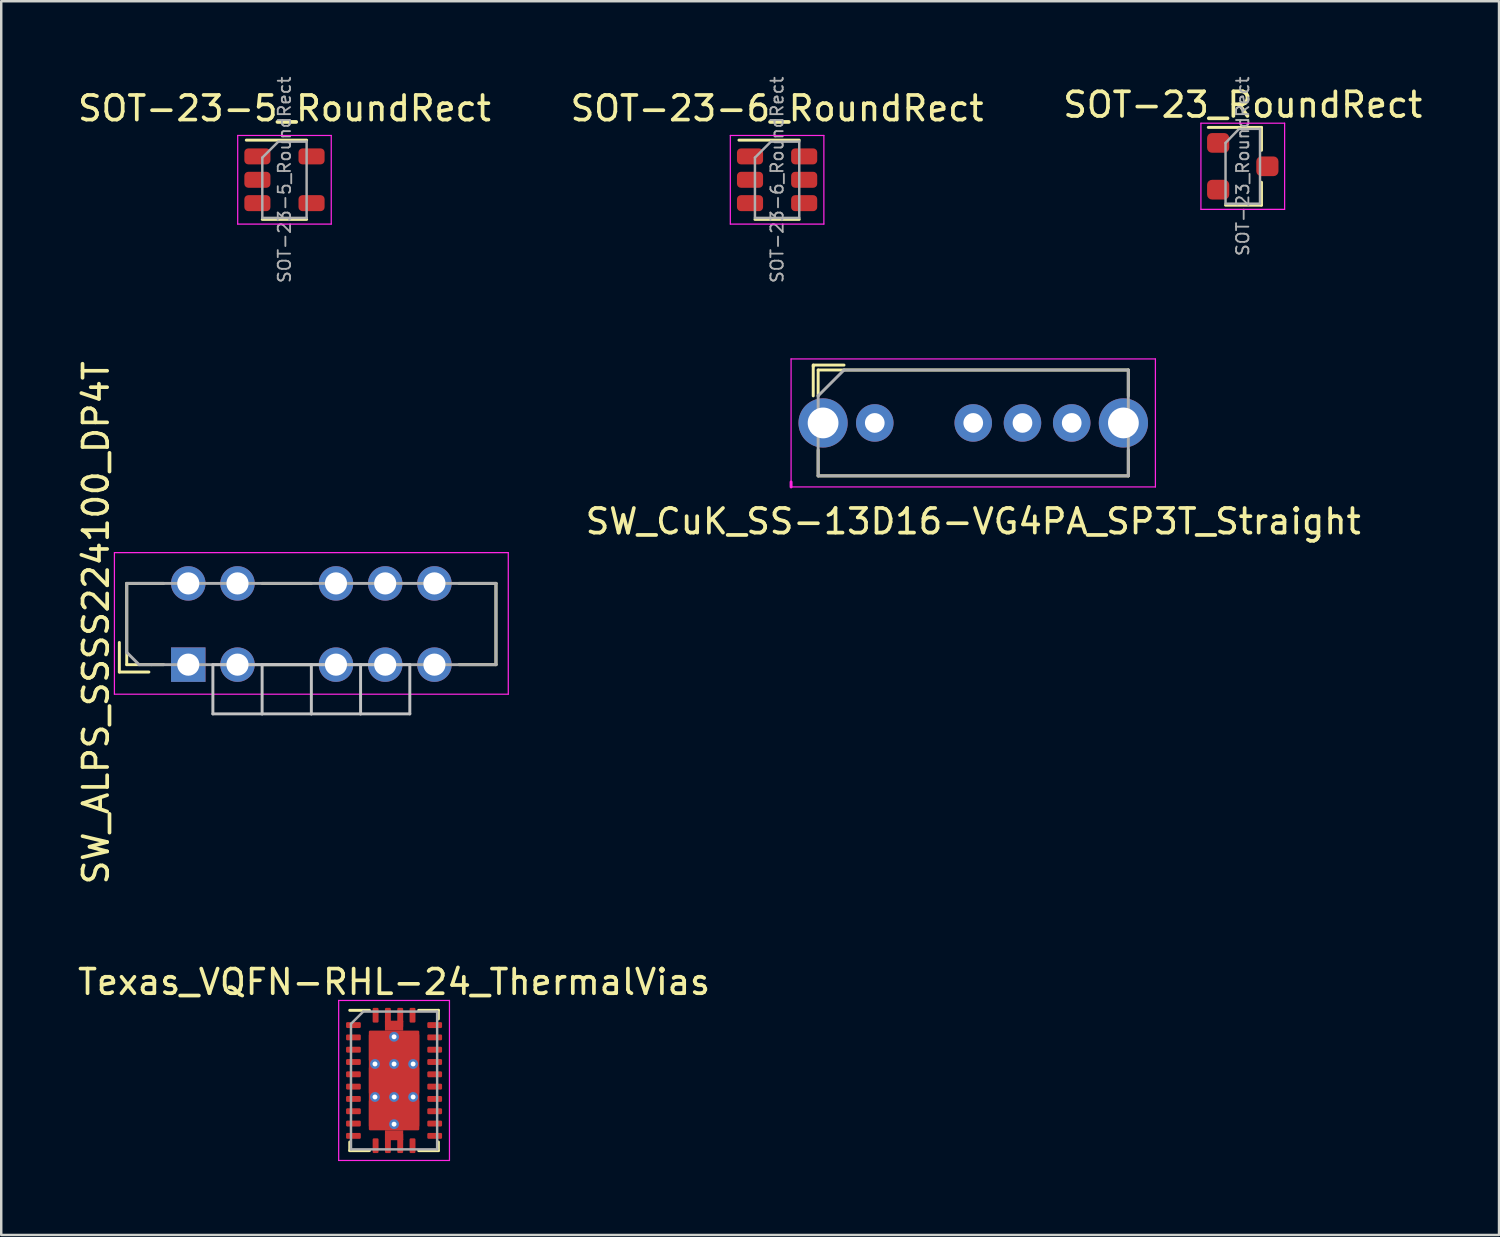
<source format=kicad_pcb>
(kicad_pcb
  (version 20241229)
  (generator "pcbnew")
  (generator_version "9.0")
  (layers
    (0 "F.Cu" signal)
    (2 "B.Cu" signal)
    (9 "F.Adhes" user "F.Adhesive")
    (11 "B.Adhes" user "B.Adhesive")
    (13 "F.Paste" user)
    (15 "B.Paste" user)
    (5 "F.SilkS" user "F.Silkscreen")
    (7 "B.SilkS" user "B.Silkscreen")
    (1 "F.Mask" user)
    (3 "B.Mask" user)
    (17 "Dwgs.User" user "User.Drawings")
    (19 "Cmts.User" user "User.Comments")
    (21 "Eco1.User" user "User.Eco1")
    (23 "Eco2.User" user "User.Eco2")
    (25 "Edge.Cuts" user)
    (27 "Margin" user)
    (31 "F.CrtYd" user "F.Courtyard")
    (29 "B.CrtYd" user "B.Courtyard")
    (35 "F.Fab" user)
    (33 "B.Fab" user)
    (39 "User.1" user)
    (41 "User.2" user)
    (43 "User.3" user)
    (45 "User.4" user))
  (footprint "Texas_VQFN-RHL-24_ThermalVias"
    (layer "F.Cu")
    (at 12.958 40.842)
    (property "Reference" "Texas_VQFN-RHL-24_ThermalVias" (at 0 -4 0) (layer "F.SilkS") (effects (font (size 1 1) (thickness 0.15))))
    (attr through_hole)
    (fp_line (start -1.8 2.5) (end -1.8 2.85) (stroke (width 0.12) (type solid)) (layer "F.SilkS"))
    (fp_line (start -1.8 2.85) (end -1 2.85) (stroke (width 0.12) (type solid)) (layer "F.SilkS"))
    (fp_line (start -1 -2.85) (end -1.8 -2.85) (stroke (width 0.12) (type solid)) (layer "F.SilkS"))
    (fp_line (start 1 -2.85) (end 1.8 -2.85) (stroke (width 0.12) (type solid)) (layer "F.SilkS"))
    (fp_line (start 1.8 -2.85) (end 1.8 -2.5) (stroke (width 0.12) (type solid)) (layer "F.SilkS"))
    (fp_line (start 1.8 2.5) (end 1.8 2.85) (stroke (width 0.12) (type solid)) (layer "F.SilkS"))
    (fp_line (start 1.8 2.85) (end 1 2.85) (stroke (width 0.12) (type solid)) (layer "F.SilkS"))
    (fp_line (start -2.25 -3.25) (end 2.25 -3.25) (stroke (width 0.05) (type solid)) (layer "F.CrtYd"))
    (fp_line (start -2.25 3.25) (end -2.25 -3.25) (stroke (width 0.05) (type solid)) (layer "F.CrtYd"))
    (fp_line (start 2.25 -3.25) (end 2.25 3.25) (stroke (width 0.05) (type solid)) (layer "F.CrtYd"))
    (fp_line (start 2.25 3.25) (end -2.25 3.25) (stroke (width 0.05) (type solid)) (layer "F.CrtYd"))
    (fp_line (start -1.75 -2.3) (end -1.25 -2.8) (stroke (width 0.1) (type solid)) (layer "F.Fab"))
    (fp_line (start -1.75 2.8) (end -1.75 -2.3) (stroke (width 0.1) (type solid)) (layer "F.Fab"))
    (fp_line (start -1.25 -2.8) (end 1.75 -2.8) (stroke (width 0.1) (type solid)) (layer "F.Fab"))
    (fp_line (start 1.75 -2.8) (end 1.75 2.8) (stroke (width 0.1) (type solid)) (layer "F.Fab"))
    (fp_line (start 1.75 2.8) (end -1.75 2.8) (stroke (width 0.1) (type solid)) (layer "F.Fab"))
    (pad "" smd roundrect (at -0.56 -1.34 180) (size 0.93 1.1) (layers "F.Cu" "F.Paste") (roundrect_rratio 0.05))
    (pad "" smd roundrect (at -0.56 0 180) (size 0.93 1.1) (layers "F.Cu" "F.Paste") (roundrect_rratio 0.05))
    (pad "" smd roundrect (at -0.56 1.34 180) (size 0.93 1.1) (layers "F.Cu" "F.Paste") (roundrect_rratio 0.05))
    (pad "" smd roundrect (at 0 -2.3 180) (size 0.74 0.24) (layers "F.Cu" "F.Paste") (roundrect_rratio 0.024))
    (pad "" smd roundrect (at 0 2.3 180) (size 0.74 0.24) (layers "F.Cu" "F.Paste") (roundrect_rratio 0.024))
    (pad "" smd roundrect (at 0.56 -1.34 180) (size 0.93 1.1) (layers "F.Cu" "F.Paste") (roundrect_rratio 0.05))
    (pad "" smd roundrect (at 0.56 0 180) (size 0.93 1.1) (layers "F.Cu" "F.Paste") (roundrect_rratio 0.05))
    (pad "" smd roundrect (at 0.56 1.34 180) (size 0.93 1.1) (layers "F.Cu" "F.Paste") (roundrect_rratio 0.05))
    (pad "1" smd roundrect (at -0.75 -2.65) (size 0.24 0.6) (layers "F.Cu" "F.Mask" "F.Paste") (roundrect_rratio 0.208))
    (pad "2" smd roundrect (at -1.65 -2.25 270) (size 0.24 0.6) (layers "F.Cu" "F.Mask" "F.Paste") (roundrect_rratio 0.208))
    (pad "3" smd roundrect (at -1.65 -1.75 90) (size 0.24 0.6) (layers "F.Cu" "F.Mask" "F.Paste") (roundrect_rratio 0.208))
    (pad "4" smd roundrect (at -1.65 -1.25 90) (size 0.24 0.6) (layers "F.Cu" "F.Mask" "F.Paste") (roundrect_rratio 0.208))
    (pad "5" smd roundrect (at -1.65 -0.75 90) (size 0.24 0.6) (layers "F.Cu" "F.Mask" "F.Paste") (roundrect_rratio 0.208))
    (pad "6" smd roundrect (at -1.65 -0.25 90) (size 0.24 0.6) (layers "F.Cu" "F.Mask" "F.Paste") (roundrect_rratio 0.208))
    (pad "7" smd roundrect (at -1.65 0.25 90) (size 0.24 0.6) (layers "F.Cu" "F.Mask" "F.Paste") (roundrect_rratio 0.208))
    (pad "8" smd roundrect (at -1.65 0.75 90) (size 0.24 0.6) (layers "F.Cu" "F.Mask" "F.Paste") (roundrect_rratio 0.208))
    (pad "9" smd roundrect (at -1.65 1.25 90) (size 0.24 0.6) (layers "F.Cu" "F.Mask" "F.Paste") (roundrect_rratio 0.208))
    (pad "10" smd roundrect (at -1.65 1.75 90) (size 0.24 0.6) (layers "F.Cu" "F.Mask" "F.Paste") (roundrect_rratio 0.208))
    (pad "11" smd roundrect (at -1.65 2.25 90) (size 0.24 0.6) (layers "F.Cu" "F.Mask" "F.Paste") (roundrect_rratio 0.208))
    (pad "13" smd roundrect (at 0.75 2.65 180) (size 0.24 0.6) (layers "F.Cu" "F.Mask" "F.Paste") (roundrect_rratio 0.208))
    (pad "14" smd roundrect (at 1.65 2.25 90) (size 0.24 0.6) (layers "F.Cu" "F.Mask" "F.Paste") (roundrect_rratio 0.208))
    (pad "15" smd roundrect (at 1.65 1.75 270) (size 0.24 0.6) (layers "F.Cu" "F.Mask" "F.Paste") (roundrect_rratio 0.208))
    (pad "16" smd roundrect (at 1.65 1.25 270) (size 0.24 0.6) (layers "F.Cu" "F.Mask" "F.Paste") (roundrect_rratio 0.208))
    (pad "17" smd roundrect (at 1.65 0.75 270) (size 0.24 0.6) (layers "F.Cu" "F.Mask" "F.Paste") (roundrect_rratio 0.208))
    (pad "18" smd roundrect (at 1.65 0.25 270) (size 0.24 0.6) (layers "F.Cu" "F.Mask" "F.Paste") (roundrect_rratio 0.208))
    (pad "19" smd roundrect (at 1.65 -0.25 270) (size 0.24 0.6) (layers "F.Cu" "F.Mask" "F.Paste") (roundrect_rratio 0.208))
    (pad "20" smd roundrect (at 1.65 -0.75 270) (size 0.24 0.6) (layers "F.Cu" "F.Mask" "F.Paste") (roundrect_rratio 0.208))
    (pad "21" smd roundrect (at 1.65 -1.25 270) (size 0.24 0.6) (layers "F.Cu" "F.Mask" "F.Paste") (roundrect_rratio 0.208))
    (pad "22" smd roundrect (at 1.65 -1.75 270) (size 0.24 0.6) (layers "F.Cu" "F.Mask" "F.Paste") (roundrect_rratio 0.208))
    (pad "23" smd roundrect (at 1.65 -2.25 270) (size 0.24 0.6) (layers "F.Cu" "F.Mask" "F.Paste") (roundrect_rratio 0.208))
    (pad "24" smd roundrect (at -0.75 2.65 180) (size 0.24 0.6) (layers "F.Cu" "F.Mask" "F.Paste") (roundrect_rratio 0.208))
    (pad "24" smd roundrect (at 0.75 -2.65) (size 0.24 0.6) (layers "F.Cu" "F.Mask" "F.Paste") (roundrect_rratio 0.208))
    (pad "25" thru_hole circle (at -0.775 -0.67 180) (size 0.4 0.4) (drill 0.2) (layers "*.Cu"))
    (pad "25" thru_hole circle (at -0.775 0.67 180) (size 0.4 0.4) (drill 0.2) (layers "*.Cu"))
    (pad "25" smd roundrect (at -0.25 -2.65) (size 0.24 0.6) (layers "F.Cu" "F.Mask" "F.Paste") (roundrect_rratio 0.208))
    (pad "25" smd roundrect (at -0.25 2.65 180) (size 0.24 0.6) (layers "F.Cu" "F.Mask" "F.Paste") (roundrect_rratio 0.208))
    (pad "25" smd roundrect (at 0 -2.225 180) (size 0.74 0.4) (layers "F.Cu" "F.Mask") (roundrect_rratio 0.024))
    (pad "25" thru_hole circle (at 0 -1.775 180) (size 0.4 0.4) (drill 0.2) (layers "*.Cu"))
    (pad "25" thru_hole circle (at 0 -0.67 180) (size 0.4 0.4) (drill 0.2) (layers "*.Cu"))
    (pad "25" smd roundrect (at 0 0 180) (size 2.05 4.05) (layers "F.Cu" "F.Mask") (roundrect_rratio 0.024))
    (pad "25" thru_hole circle (at 0 0.67 180) (size 0.4 0.4) (drill 0.2) (layers "*.Cu"))
    (pad "25" thru_hole circle (at 0 1.775 180) (size 0.4 0.4) (drill 0.2) (layers "*.Cu"))
    (pad "25" smd roundrect (at 0 2.225 180) (size 0.74 0.4) (layers "F.Cu" "F.Mask") (roundrect_rratio 0.024))
    (pad "25" smd roundrect (at 0.25 -2.65) (size 0.24 0.6) (layers "F.Cu" "F.Mask" "F.Paste") (roundrect_rratio 0.208))
    (pad "25" smd roundrect (at 0.25 2.65 180) (size 0.24 0.6) (layers "F.Cu" "F.Mask" "F.Paste") (roundrect_rratio 0.208))
    (pad "25" thru_hole circle (at 0.775 -0.67 180) (size 0.4 0.4) (drill 0.2) (layers "*.Cu"))
    (pad "25" thru_hole circle (at 0.775 0.67 180) (size 0.4 0.4) (drill 0.2) (layers "*.Cu")))
  (footprint "SW_ALPS_SSSS224100_DP4T"
    (layer "F.Cu")
    (at 4.598 23.95)
    (property "Reference" "SW_ALPS_SSSS224100_DP4T" (at -3.75 -1.7 90) (layer "F.SilkS") (effects (font (size 1 1) (thickness 0.15))))
    (attr through_hole)
    (fp_line (start -2.8 -0.9) (end -2.8 0.3) (stroke (width 0.12) (type solid)) (layer "F.SilkS"))
    (fp_line (start -2.8 0.3) (end -1.6 0.3) (stroke (width 0.12) (type solid)) (layer "F.SilkS"))
    (fp_line (start -2.5 -3.3) (end -2.5 0) (stroke (width 0.12) (type solid)) (layer "F.SilkS"))
    (fp_line (start -2.5 -3.3) (end -1 -3.3) (stroke (width 0.12) (type solid)) (layer "F.SilkS"))
    (fp_line (start -2.5 0) (end -1 0) (stroke (width 0.12) (type solid)) (layer "F.SilkS"))
    (fp_line (start 3 -3.3) (end 5 -3.3) (stroke (width 0.12) (type solid)) (layer "F.SilkS"))
    (fp_line (start 3 0) (end 5 0) (stroke (width 0.12) (type solid)) (layer "F.SilkS"))
    (fp_line (start 12.5 -3.3) (end 11 -3.3) (stroke (width 0.12) (type solid)) (layer "F.SilkS"))
    (fp_line (start 12.5 0) (end 11 0) (stroke (width 0.12) (type solid)) (layer "F.SilkS"))
    (fp_line (start 12.5 0) (end 12.5 -3.3) (stroke (width 0.12) (type solid)) (layer "F.SilkS"))
    (fp_line (start 1 0) (end 3 0) (stroke (width 0.12) (type solid)) (layer "Dwgs.User"))
    (fp_line (start 1 2) (end 1 0) (stroke (width 0.12) (type solid)) (layer "Dwgs.User"))
    (fp_line (start 3 0) (end 3 2) (stroke (width 0.12) (type solid)) (layer "Dwgs.User"))
    (fp_line (start 3 2) (end 1 2) (stroke (width 0.12) (type solid)) (layer "Dwgs.User"))
    (fp_line (start 3 2) (end 5 2) (stroke (width 0.12) (type solid)) (layer "Dwgs.User"))
    (fp_line (start 5 0) (end 3 0) (stroke (width 0.12) (type solid)) (layer "Dwgs.User"))
    (fp_line (start 5 2) (end 5 0) (stroke (width 0.12) (type solid)) (layer "Dwgs.User"))
    (fp_line (start 5 2) (end 7 2) (stroke (width 0.12) (type solid)) (layer "Dwgs.User"))
    (fp_line (start 7 0) (end 5 0) (stroke (width 0.12) (type solid)) (layer "Dwgs.User"))
    (fp_line (start 7 2) (end 7 0) (stroke (width 0.12) (type solid)) (layer "Dwgs.User"))
    (fp_line (start 7 2) (end 9 2) (stroke (width 0.12) (type solid)) (layer "Dwgs.User"))
    (fp_line (start 9 0) (end 7 0) (stroke (width 0.12) (type solid)) (layer "Dwgs.User"))
    (fp_line (start 9 2) (end 9 0) (stroke (width 0.12) (type solid)) (layer "Dwgs.User"))
    (fp_line (start -3 -4.55) (end -3 1.2) (stroke (width 0.05) (type solid)) (layer "F.CrtYd"))
    (fp_line (start -3 1.2) (end 13 1.2) (stroke (width 0.05) (type solid)) (layer "F.CrtYd"))
    (fp_line (start 13 -4.55) (end -3 -4.55) (stroke (width 0.05) (type solid)) (layer "F.CrtYd"))
    (fp_line (start 13 1.2) (end 13 -4.55) (stroke (width 0.05) (type solid)) (layer "F.CrtYd"))
    (fp_line (start -2.5 -0.5) (end -2.5 -3.3) (stroke (width 0.12) (type solid)) (layer "F.Fab"))
    (fp_line (start -2 -3.3) (end -2.5 -3.3) (stroke (width 0.12) (type solid)) (layer "F.Fab"))
    (fp_line (start -2 0) (end -2.5 -0.5) (stroke (width 0.12) (type solid)) (layer "F.Fab"))
    (fp_line (start -2 0) (end -1.5 0) (stroke (width 0.12) (type solid)) (layer "F.Fab"))
    (fp_line (start 12.5 -3.3) (end -2 -3.3) (stroke (width 0.12) (type solid)) (layer "F.Fab"))
    (fp_line (start 12.5 0) (end -1.5 0) (stroke (width 0.12) (type solid)) (layer "F.Fab"))
    (fp_line (start 12.5 0) (end 12.5 -3.3) (stroke (width 0.12) (type solid)) (layer "F.Fab"))
    (pad "1" thru_hole rect (at 0 0) (size 1.4 1.4) (drill 0.9) (layers "*.Cu" "*.Mask"))
    (pad "2" thru_hole circle (at 2 0) (size 1.4 1.4) (drill 0.9) (layers "*.Cu" "*.Mask"))
    (pad "3" thru_hole circle (at 6 0) (size 1.4 1.4) (drill 0.9) (layers "*.Cu" "*.Mask"))
    (pad "4" thru_hole circle (at 8 0) (size 1.4 1.4) (drill 0.9) (layers "*.Cu" "*.Mask"))
    (pad "5" thru_hole circle (at 10 0) (size 1.4 1.4) (drill 0.9) (layers "*.Cu" "*.Mask"))
    (pad "6" thru_hole circle (at 0 -3.3) (size 1.4 1.4) (drill 0.9) (layers "*.Cu" "*.Mask"))
    (pad "7" thru_hole circle (at 2 -3.3) (size 1.4 1.4) (drill 0.9) (layers "*.Cu" "*.Mask"))
    (pad "8" thru_hole circle (at 6 -3.3) (size 1.4 1.4) (drill 0.9) (layers "*.Cu" "*.Mask"))
    (pad "9" thru_hole circle (at 8 -3.3) (size 1.4 1.4) (drill 0.9) (layers "*.Cu" "*.Mask"))
    (pad "10" thru_hole circle (at 10 -3.3) (size 1.4 1.4) (drill 0.9) (layers "*.Cu" "*.Mask")))
  (footprint "SOT-23-6_RoundRect"
    (layer "F.Cu")
    (at 28.518 4.253)
    (property "Reference" "SOT-23-6_RoundRect" (at 0 -2.9 0) (layer "F.SilkS") (effects (font (size 1 1) (thickness 0.15))))
    (attr smd)
    (fp_line (start -0.9 1.61) (end 0.9 1.61) (stroke (width 0.12) (type solid)) (layer "F.SilkS"))
    (fp_line (start 0.9 -1.61) (end -1.55 -1.61) (stroke (width 0.12) (type solid)) (layer "F.SilkS"))
    (fp_line (start -1.9 -1.8) (end -1.9 1.8) (stroke (width 0.05) (type solid)) (layer "F.CrtYd"))
    (fp_line (start -1.9 1.8) (end 1.9 1.8) (stroke (width 0.05) (type solid)) (layer "F.CrtYd"))
    (fp_line (start 1.9 -1.8) (end -1.9 -1.8) (stroke (width 0.05) (type solid)) (layer "F.CrtYd"))
    (fp_line (start 1.9 1.8) (end 1.9 -1.8) (stroke (width 0.05) (type solid)) (layer "F.CrtYd"))
    (fp_line (start -0.9 -0.9) (end -0.9 1.55) (stroke (width 0.1) (type solid)) (layer "F.Fab"))
    (fp_line (start -0.9 -0.9) (end -0.25 -1.55) (stroke (width 0.1) (type solid)) (layer "F.Fab"))
    (fp_line (start 0.9 -1.55) (end -0.25 -1.55) (stroke (width 0.1) (type solid)) (layer "F.Fab"))
    (fp_line (start 0.9 -1.55) (end 0.9 1.55) (stroke (width 0.1) (type solid)) (layer "F.Fab"))
    (fp_line (start 0.9 1.55) (end -0.9 1.55) (stroke (width 0.1) (type solid)) (layer "F.Fab"))
    (fp_text user "${REFERENCE}" (at 0 0 90) (layer "F.Fab") (effects (font (size 0.5 0.5) (thickness 0.075))))
    (pad "1" smd roundrect (at -1.1 -0.95) (size 1.06 0.65) (layers "F.Cu" "F.Mask" "F.Paste") (roundrect_rratio 0.25))
    (pad "2" smd roundrect (at -1.1 0) (size 1.06 0.65) (layers "F.Cu" "F.Mask" "F.Paste") (roundrect_rratio 0.25))
    (pad "3" smd roundrect (at -1.1 0.95) (size 1.06 0.65) (layers "F.Cu" "F.Mask" "F.Paste") (roundrect_rratio 0.25))
    (pad "4" smd roundrect (at 1.1 0.95) (size 1.06 0.65) (layers "F.Cu" "F.Mask" "F.Paste") (roundrect_rratio 0.25))
    (pad "5" smd roundrect (at 1.1 0) (size 1.06 0.65) (layers "F.Cu" "F.Mask" "F.Paste") (roundrect_rratio 0.25))
    (pad "6" smd roundrect (at 1.1 -0.95) (size 1.06 0.65) (layers "F.Cu" "F.Mask" "F.Paste") (roundrect_rratio 0.25)))
  (footprint "SOT-23_RoundRect"
    (layer "F.Cu")
    (at 47.435 3.705)
    (property "Reference" "SOT-23_RoundRect" (at 0 -2.5 0) (layer "F.SilkS") (effects (font (size 1 1) (thickness 0.15))))
    (attr smd)
    (fp_line (start 0.76 -1.58) (end -1.4 -1.58) (stroke (width 0.12) (type solid)) (layer "F.SilkS"))
    (fp_line (start 0.76 -1.58) (end 0.76 -0.65) (stroke (width 0.12) (type solid)) (layer "F.SilkS"))
    (fp_line (start 0.76 1.58) (end -0.7 1.58) (stroke (width 0.12) (type solid)) (layer "F.SilkS"))
    (fp_line (start 0.76 1.58) (end 0.76 0.65) (stroke (width 0.12) (type solid)) (layer "F.SilkS"))
    (fp_line (start -1.7 -1.75) (end 1.7 -1.75) (stroke (width 0.05) (type solid)) (layer "F.CrtYd"))
    (fp_line (start -1.7 1.75) (end -1.7 -1.75) (stroke (width 0.05) (type solid)) (layer "F.CrtYd"))
    (fp_line (start 1.7 -1.75) (end 1.7 1.75) (stroke (width 0.05) (type solid)) (layer "F.CrtYd"))
    (fp_line (start 1.7 1.75) (end -1.7 1.75) (stroke (width 0.05) (type solid)) (layer "F.CrtYd"))
    (fp_line (start -0.7 -0.95) (end -0.7 1.5) (stroke (width 0.1) (type solid)) (layer "F.Fab"))
    (fp_line (start -0.7 -0.95) (end -0.15 -1.52) (stroke (width 0.1) (type solid)) (layer "F.Fab"))
    (fp_line (start -0.7 1.52) (end 0.7 1.52) (stroke (width 0.1) (type solid)) (layer "F.Fab"))
    (fp_line (start -0.15 -1.52) (end 0.7 -1.52) (stroke (width 0.1) (type solid)) (layer "F.Fab"))
    (fp_line (start 0.7 -1.52) (end 0.7 1.52) (stroke (width 0.1) (type solid)) (layer "F.Fab"))
    (fp_text user "${REFERENCE}" (at 0 0 90) (layer "F.Fab") (effects (font (size 0.5 0.5) (thickness 0.075))))
    (pad "1" smd roundrect (at -1 -0.95) (size 0.9 0.8) (layers "F.Cu" "F.Mask" "F.Paste") (roundrect_rratio 0.25))
    (pad "2" smd roundrect (at -1 0.95) (size 0.9 0.8) (layers "F.Cu" "F.Mask" "F.Paste") (roundrect_rratio 0.25))
    (pad "3" smd roundrect (at 1 0) (size 0.9 0.8) (layers "F.Cu" "F.Mask" "F.Paste") (roundrect_rratio 0.25)))
  (footprint "SW_CuK_SS-13D16-VG4PA_SP3T_Straight"
    (layer "F.Cu")
    (at 32.486 14.131)
    (property "Reference" "SW_CuK_SS-13D16-VG4PA_SP3T_Straight" (at 4 4 0) (layer "F.SilkS") (effects (font (size 1 1) (thickness 0.15))))
    (attr through_hole)
    (fp_line (start -2.5 -2.35) (end -1.25 -2.35) (stroke (width 0.12) (type solid)) (layer "F.SilkS"))
    (fp_line (start -2.5 -2.3) (end -2.5 -2.35) (stroke (width 0.12) (type solid)) (layer "F.SilkS"))
    (fp_line (start -2.5 -1.1) (end -2.5 -2.3) (stroke (width 0.12) (type solid)) (layer "F.SilkS"))
    (fp_line (start -2.3 -1.1) (end -2.3 -2.15) (stroke (width 0.12) (type solid)) (layer "F.SilkS"))
    (fp_line (start -2.3 1.1) (end -2.3 2.15) (stroke (width 0.12) (type solid)) (layer "F.SilkS"))
    (fp_line (start -2.3 2.15) (end 10.3 2.15) (stroke (width 0.12) (type solid)) (layer "F.SilkS"))
    (fp_line (start 10.3 -2.15) (end -2.3 -2.15) (stroke (width 0.12) (type solid)) (layer "F.SilkS"))
    (fp_line (start 10.3 -1.1) (end 10.3 -2.15) (stroke (width 0.12) (type solid)) (layer "F.SilkS"))
    (fp_line (start 10.3 2.15) (end 10.3 1.1) (stroke (width 0.12) (type solid)) (layer "F.SilkS"))
    (fp_line (start -3.4 -2.6) (end -3.4 2.4) (stroke (width 0.05) (type solid)) (layer "F.CrtYd"))
    (fp_line (start -3.4 2.4) (end -3.4 2.6) (stroke (width 0.12) (type solid)) (layer "F.CrtYd"))
    (fp_line (start -3.4 2.6) (end 11.4 2.6) (stroke (width 0.05) (type solid)) (layer "F.CrtYd"))
    (fp_line (start 11.4 -2.6) (end -3.4 -2.6) (stroke (width 0.05) (type solid)) (layer "F.CrtYd"))
    (fp_line (start 11.4 2.6) (end 11.4 -2.6) (stroke (width 0.05) (type solid)) (layer "F.CrtYd"))
    (fp_line (start -2.3 2.15) (end -2.3 -1.1) (stroke (width 0.12) (type solid)) (layer "F.Fab"))
    (fp_line (start -2.3 2.15) (end 10.3 2.15) (stroke (width 0.12) (type solid)) (layer "F.Fab"))
    (fp_line (start -1.25 -2.15) (end -2.3 -1.1) (stroke (width 0.12) (type solid)) (layer "F.Fab"))
    (fp_line (start -1.25 -2.15) (end 10.3 -2.15) (stroke (width 0.12) (type solid)) (layer "F.Fab"))
    (fp_line (start 10.3 -2.15) (end 10.3 2.15) (stroke (width 0.12) (type solid)) (layer "F.Fab"))
    (pad "1" thru_hole circle (at 0 0) (size 1.524 1.524) (drill 0.8) (layers "*.Cu" "*.Mask"))
    (pad "2" thru_hole circle (at 6 0) (size 1.524 1.524) (drill 0.8) (layers "*.Cu" "*.Mask"))
    (pad "3" thru_hole circle (at 4 0) (size 1.524 1.524) (drill 0.8) (layers "*.Cu" "*.Mask"))
    (pad "4" thru_hole circle (at 8 0) (size 1.524 1.524) (drill 0.8) (layers "*.Cu" "*.Mask"))
    (pad "SH1" thru_hole circle (at -2.1 0) (size 2 2) (drill 1.25) (layers "*.Cu" "*.Mask"))
    (pad "SH2" thru_hole circle (at 10.1 0) (size 2 2) (drill 1.25) (layers "*.Cu" "*.Mask")))
  (footprint "SOT-23-5_RoundRect"
    (layer "F.Cu")
    (at 8.506 4.253)
    (property "Reference" "SOT-23-5_RoundRect" (at 0 -2.9 0) (layer "F.SilkS") (effects (font (size 1 1) (thickness 0.15))))
    (attr smd)
    (fp_line (start -0.9 1.61) (end 0.9 1.61) (stroke (width 0.12) (type solid)) (layer "F.SilkS"))
    (fp_line (start 0.9 -1.61) (end -1.55 -1.61) (stroke (width 0.12) (type solid)) (layer "F.SilkS"))
    (fp_line (start -1.9 -1.8) (end 1.9 -1.8) (stroke (width 0.05) (type solid)) (layer "F.CrtYd"))
    (fp_line (start -1.9 1.8) (end -1.9 -1.8) (stroke (width 0.05) (type solid)) (layer "F.CrtYd"))
    (fp_line (start 1.9 -1.8) (end 1.9 1.8) (stroke (width 0.05) (type solid)) (layer "F.CrtYd"))
    (fp_line (start 1.9 1.8) (end -1.9 1.8) (stroke (width 0.05) (type solid)) (layer "F.CrtYd"))
    (fp_line (start -0.9 -0.9) (end -0.9 1.55) (stroke (width 0.1) (type solid)) (layer "F.Fab"))
    (fp_line (start -0.9 -0.9) (end -0.25 -1.55) (stroke (width 0.1) (type solid)) (layer "F.Fab"))
    (fp_line (start 0.9 -1.55) (end -0.25 -1.55) (stroke (width 0.1) (type solid)) (layer "F.Fab"))
    (fp_line (start 0.9 -1.55) (end 0.9 1.55) (stroke (width 0.1) (type solid)) (layer "F.Fab"))
    (fp_line (start 0.9 1.55) (end -0.9 1.55) (stroke (width 0.1) (type solid)) (layer "F.Fab"))
    (fp_text user "${REFERENCE}" (at 0 0 90) (layer "F.Fab") (effects (font (size 0.5 0.5) (thickness 0.075))))
    (pad "1" smd roundrect (at -1.1 -0.95) (size 1.06 0.65) (layers "F.Cu" "F.Mask" "F.Paste") (roundrect_rratio 0.25))
    (pad "2" smd roundrect (at -1.1 0) (size 1.06 0.65) (layers "F.Cu" "F.Mask" "F.Paste") (roundrect_rratio 0.25))
    (pad "3" smd roundrect (at -1.1 0.95) (size 1.06 0.65) (layers "F.Cu" "F.Mask" "F.Paste") (roundrect_rratio 0.25))
    (pad "4" smd roundrect (at 1.1 0.95) (size 1.06 0.65) (layers "F.Cu" "F.Mask" "F.Paste") (roundrect_rratio 0.25))
    (pad "5" smd roundrect (at 1.1 -0.95) (size 1.06 0.65) (layers "F.Cu" "F.Mask" "F.Paste") (roundrect_rratio 0.25)))
  (gr_rect
    (start -3 -3)
    (end 57.845 47.117)
    (stroke (width 0.1) (type default))
    (fill no)
    (layer "Edge.Cuts")))
</source>
